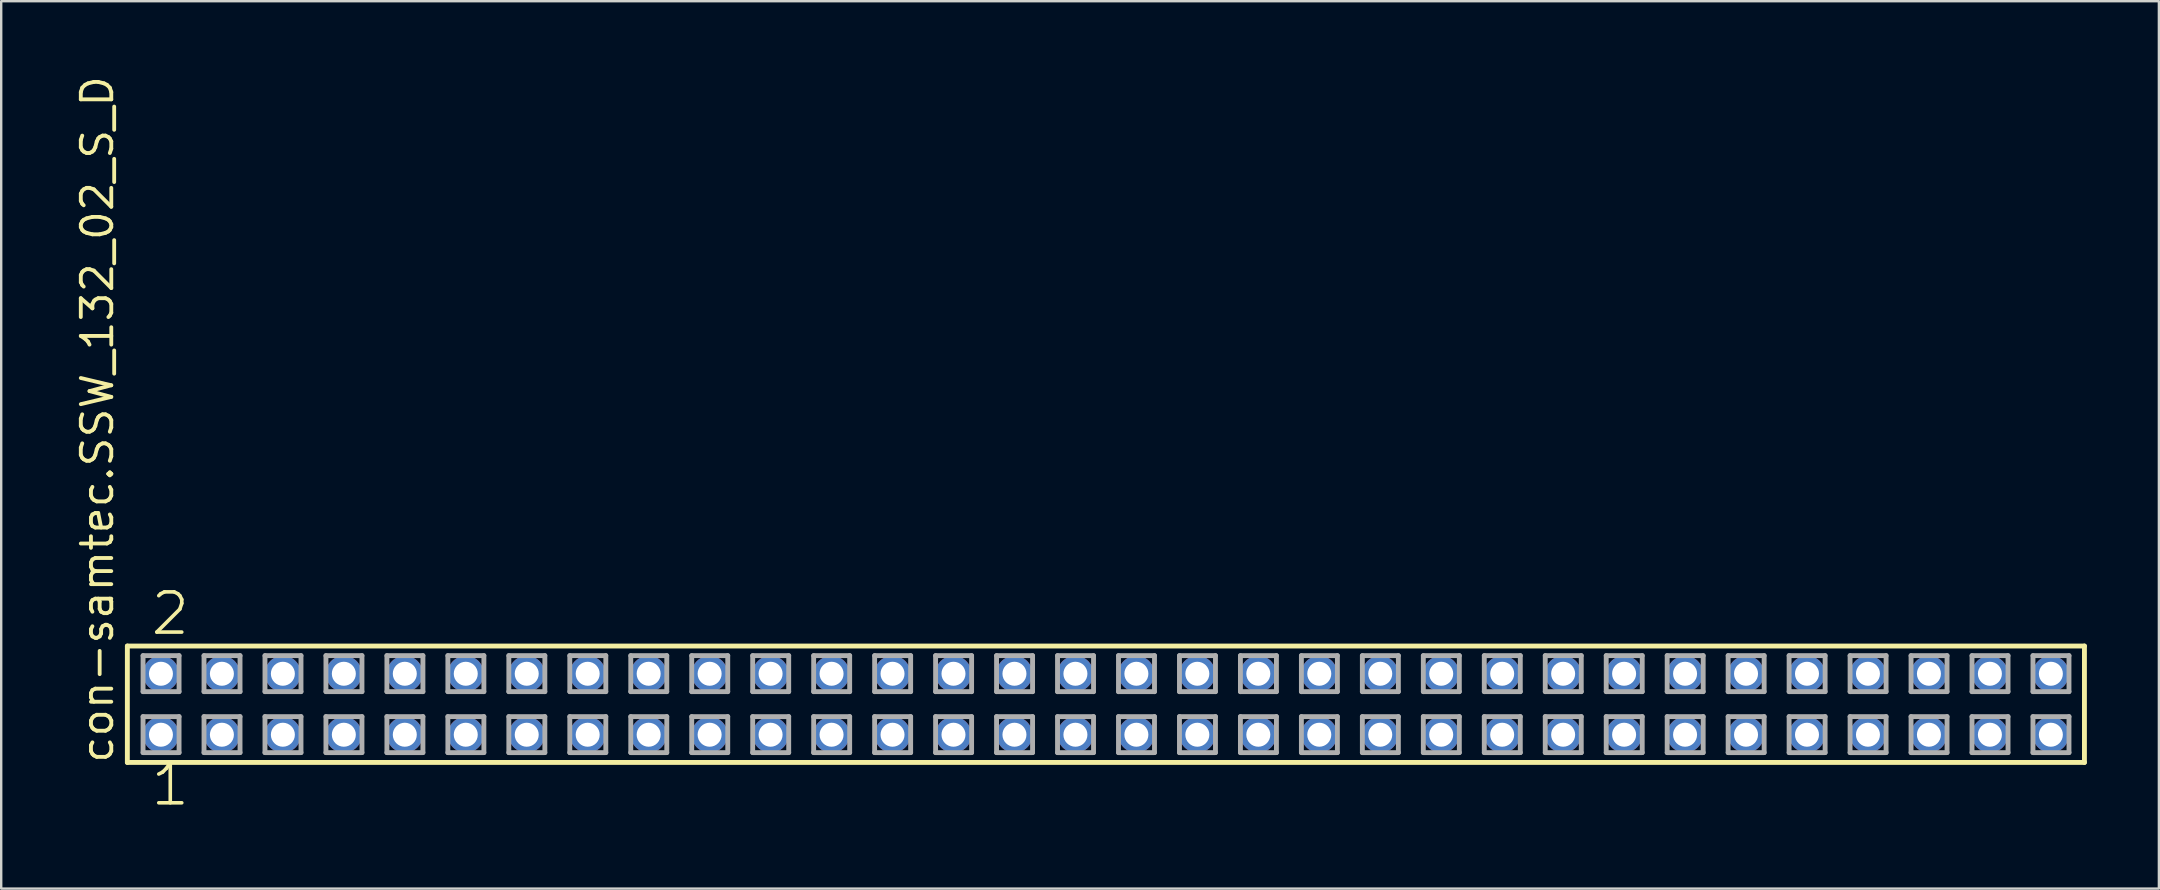
<source format=kicad_pcb>
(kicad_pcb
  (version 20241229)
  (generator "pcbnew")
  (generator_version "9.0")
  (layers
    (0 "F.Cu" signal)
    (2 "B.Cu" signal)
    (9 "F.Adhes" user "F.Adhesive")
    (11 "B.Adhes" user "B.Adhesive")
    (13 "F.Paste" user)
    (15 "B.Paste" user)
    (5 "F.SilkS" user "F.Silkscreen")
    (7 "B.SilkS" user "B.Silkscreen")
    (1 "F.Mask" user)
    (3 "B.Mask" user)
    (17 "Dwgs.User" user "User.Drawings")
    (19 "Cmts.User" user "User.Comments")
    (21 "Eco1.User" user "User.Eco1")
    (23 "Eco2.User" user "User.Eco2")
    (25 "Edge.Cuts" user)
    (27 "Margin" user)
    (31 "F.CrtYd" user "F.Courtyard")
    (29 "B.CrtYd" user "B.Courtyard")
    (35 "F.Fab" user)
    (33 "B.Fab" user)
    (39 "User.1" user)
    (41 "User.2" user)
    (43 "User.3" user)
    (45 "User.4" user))
  (footprint "con-samtec.SSW_132_02_S_D"
    (layer "F.Cu")
    (at 43.025 26.291)
    (property "Reference" "con-samtec.SSW_132_02_S_D" (at -41.275 2.54 90) (layer "F.SilkS") (effects (font (size 1.27 1.27) (thickness 0.16)) (justify left bottom)))
    (attr through_hole)
    (fp_line (start -40.769 -2.425) (end 40.769 -2.425) (stroke (width 0.203) (type default)) (layer "F.SilkS"))
    (fp_line (start -40.769 2.425) (end -40.769 -2.425) (stroke (width 0.203) (type default)) (layer "F.SilkS"))
    (fp_line (start 40.769 -2.425) (end 40.769 2.425) (stroke (width 0.203) (type default)) (layer "F.SilkS"))
    (fp_line (start 40.769 2.425) (end -40.769 2.425) (stroke (width 0.203) (type default)) (layer "F.SilkS"))
    (fp_line (start -40.115 -2.025) (end -38.615 -2.025) (stroke (width 0.203) (type default)) (layer "F.Fab"))
    (fp_line (start -40.115 -0.525) (end -40.115 -2.025) (stroke (width 0.203) (type default)) (layer "F.Fab"))
    (fp_line (start -40.115 0.515) (end -38.615 0.515) (stroke (width 0.203) (type default)) (layer "F.Fab"))
    (fp_line (start -40.115 2.015) (end -40.115 0.515) (stroke (width 0.203) (type default)) (layer "F.Fab"))
    (fp_line (start -38.615 -2.025) (end -38.615 -0.525) (stroke (width 0.203) (type default)) (layer "F.Fab"))
    (fp_line (start -38.615 -0.525) (end -40.115 -0.525) (stroke (width 0.203) (type default)) (layer "F.Fab"))
    (fp_line (start -38.615 0.515) (end -38.615 2.015) (stroke (width 0.203) (type default)) (layer "F.Fab"))
    (fp_line (start -38.615 2.015) (end -40.115 2.015) (stroke (width 0.203) (type default)) (layer "F.Fab"))
    (fp_line (start -37.575 -2.025) (end -36.075 -2.025) (stroke (width 0.203) (type default)) (layer "F.Fab"))
    (fp_line (start -37.575 -0.525) (end -37.575 -2.025) (stroke (width 0.203) (type default)) (layer "F.Fab"))
    (fp_line (start -37.575 0.515) (end -36.075 0.515) (stroke (width 0.203) (type default)) (layer "F.Fab"))
    (fp_line (start -37.575 2.015) (end -37.575 0.515) (stroke (width 0.203) (type default)) (layer "F.Fab"))
    (fp_line (start -36.075 -2.025) (end -36.075 -0.525) (stroke (width 0.203) (type default)) (layer "F.Fab"))
    (fp_line (start -36.075 -0.525) (end -37.575 -0.525) (stroke (width 0.203) (type default)) (layer "F.Fab"))
    (fp_line (start -36.075 0.515) (end -36.075 2.015) (stroke (width 0.203) (type default)) (layer "F.Fab"))
    (fp_line (start -36.075 2.015) (end -37.575 2.015) (stroke (width 0.203) (type default)) (layer "F.Fab"))
    (fp_line (start -35.035 -2.025) (end -33.535 -2.025) (stroke (width 0.203) (type default)) (layer "F.Fab"))
    (fp_line (start -35.035 -0.525) (end -35.035 -2.025) (stroke (width 0.203) (type default)) (layer "F.Fab"))
    (fp_line (start -35.035 0.515) (end -33.535 0.515) (stroke (width 0.203) (type default)) (layer "F.Fab"))
    (fp_line (start -35.035 2.015) (end -35.035 0.515) (stroke (width 0.203) (type default)) (layer "F.Fab"))
    (fp_line (start -33.535 -2.025) (end -33.535 -0.525) (stroke (width 0.203) (type default)) (layer "F.Fab"))
    (fp_line (start -33.535 -0.525) (end -35.035 -0.525) (stroke (width 0.203) (type default)) (layer "F.Fab"))
    (fp_line (start -33.535 0.515) (end -33.535 2.015) (stroke (width 0.203) (type default)) (layer "F.Fab"))
    (fp_line (start -33.535 2.015) (end -35.035 2.015) (stroke (width 0.203) (type default)) (layer "F.Fab"))
    (fp_line (start -32.495 -2.025) (end -30.995 -2.025) (stroke (width 0.203) (type default)) (layer "F.Fab"))
    (fp_line (start -32.495 -0.525) (end -32.495 -2.025) (stroke (width 0.203) (type default)) (layer "F.Fab"))
    (fp_line (start -32.495 0.515) (end -30.995 0.515) (stroke (width 0.203) (type default)) (layer "F.Fab"))
    (fp_line (start -32.495 2.015) (end -32.495 0.515) (stroke (width 0.203) (type default)) (layer "F.Fab"))
    (fp_line (start -30.995 -2.025) (end -30.995 -0.525) (stroke (width 0.203) (type default)) (layer "F.Fab"))
    (fp_line (start -30.995 -0.525) (end -32.495 -0.525) (stroke (width 0.203) (type default)) (layer "F.Fab"))
    (fp_line (start -30.995 0.515) (end -30.995 2.015) (stroke (width 0.203) (type default)) (layer "F.Fab"))
    (fp_line (start -30.995 2.015) (end -32.495 2.015) (stroke (width 0.203) (type default)) (layer "F.Fab"))
    (fp_line (start -29.955 -2.025) (end -28.455 -2.025) (stroke (width 0.203) (type default)) (layer "F.Fab"))
    (fp_line (start -29.955 -0.525) (end -29.955 -2.025) (stroke (width 0.203) (type default)) (layer "F.Fab"))
    (fp_line (start -29.955 0.515) (end -28.455 0.515) (stroke (width 0.203) (type default)) (layer "F.Fab"))
    (fp_line (start -29.955 2.015) (end -29.955 0.515) (stroke (width 0.203) (type default)) (layer "F.Fab"))
    (fp_line (start -28.455 -2.025) (end -28.455 -0.525) (stroke (width 0.203) (type default)) (layer "F.Fab"))
    (fp_line (start -28.455 -0.525) (end -29.955 -0.525) (stroke (width 0.203) (type default)) (layer "F.Fab"))
    (fp_line (start -28.455 0.515) (end -28.455 2.015) (stroke (width 0.203) (type default)) (layer "F.Fab"))
    (fp_line (start -28.455 2.015) (end -29.955 2.015) (stroke (width 0.203) (type default)) (layer "F.Fab"))
    (fp_line (start -27.415 -2.025) (end -25.915 -2.025) (stroke (width 0.203) (type default)) (layer "F.Fab"))
    (fp_line (start -27.415 -0.525) (end -27.415 -2.025) (stroke (width 0.203) (type default)) (layer "F.Fab"))
    (fp_line (start -27.415 0.515) (end -25.915 0.515) (stroke (width 0.203) (type default)) (layer "F.Fab"))
    (fp_line (start -27.415 2.015) (end -27.415 0.515) (stroke (width 0.203) (type default)) (layer "F.Fab"))
    (fp_line (start -25.915 -2.025) (end -25.915 -0.525) (stroke (width 0.203) (type default)) (layer "F.Fab"))
    (fp_line (start -25.915 -0.525) (end -27.415 -0.525) (stroke (width 0.203) (type default)) (layer "F.Fab"))
    (fp_line (start -25.915 0.515) (end -25.915 2.015) (stroke (width 0.203) (type default)) (layer "F.Fab"))
    (fp_line (start -25.915 2.015) (end -27.415 2.015) (stroke (width 0.203) (type default)) (layer "F.Fab"))
    (fp_line (start -24.875 -2.025) (end -23.375 -2.025) (stroke (width 0.203) (type default)) (layer "F.Fab"))
    (fp_line (start -24.875 -0.525) (end -24.875 -2.025) (stroke (width 0.203) (type default)) (layer "F.Fab"))
    (fp_line (start -24.875 0.515) (end -23.375 0.515) (stroke (width 0.203) (type default)) (layer "F.Fab"))
    (fp_line (start -24.875 2.015) (end -24.875 0.515) (stroke (width 0.203) (type default)) (layer "F.Fab"))
    (fp_line (start -23.375 -2.025) (end -23.375 -0.525) (stroke (width 0.203) (type default)) (layer "F.Fab"))
    (fp_line (start -23.375 -0.525) (end -24.875 -0.525) (stroke (width 0.203) (type default)) (layer "F.Fab"))
    (fp_line (start -23.375 0.515) (end -23.375 2.015) (stroke (width 0.203) (type default)) (layer "F.Fab"))
    (fp_line (start -23.375 2.015) (end -24.875 2.015) (stroke (width 0.203) (type default)) (layer "F.Fab"))
    (fp_line (start -22.335 -2.025) (end -20.835 -2.025) (stroke (width 0.203) (type default)) (layer "F.Fab"))
    (fp_line (start -22.335 -0.525) (end -22.335 -2.025) (stroke (width 0.203) (type default)) (layer "F.Fab"))
    (fp_line (start -22.335 0.515) (end -20.835 0.515) (stroke (width 0.203) (type default)) (layer "F.Fab"))
    (fp_line (start -22.335 2.015) (end -22.335 0.515) (stroke (width 0.203) (type default)) (layer "F.Fab"))
    (fp_line (start -20.835 -2.025) (end -20.835 -0.525) (stroke (width 0.203) (type default)) (layer "F.Fab"))
    (fp_line (start -20.835 -0.525) (end -22.335 -0.525) (stroke (width 0.203) (type default)) (layer "F.Fab"))
    (fp_line (start -20.835 0.515) (end -20.835 2.015) (stroke (width 0.203) (type default)) (layer "F.Fab"))
    (fp_line (start -20.835 2.015) (end -22.335 2.015) (stroke (width 0.203) (type default)) (layer "F.Fab"))
    (fp_line (start -19.795 -2.025) (end -18.295 -2.025) (stroke (width 0.203) (type default)) (layer "F.Fab"))
    (fp_line (start -19.795 -0.525) (end -19.795 -2.025) (stroke (width 0.203) (type default)) (layer "F.Fab"))
    (fp_line (start -19.795 0.515) (end -18.295 0.515) (stroke (width 0.203) (type default)) (layer "F.Fab"))
    (fp_line (start -19.795 2.015) (end -19.795 0.515) (stroke (width 0.203) (type default)) (layer "F.Fab"))
    (fp_line (start -18.295 -2.025) (end -18.295 -0.525) (stroke (width 0.203) (type default)) (layer "F.Fab"))
    (fp_line (start -18.295 -0.525) (end -19.795 -0.525) (stroke (width 0.203) (type default)) (layer "F.Fab"))
    (fp_line (start -18.295 0.515) (end -18.295 2.015) (stroke (width 0.203) (type default)) (layer "F.Fab"))
    (fp_line (start -18.295 2.015) (end -19.795 2.015) (stroke (width 0.203) (type default)) (layer "F.Fab"))
    (fp_line (start -17.255 -2.025) (end -15.755 -2.025) (stroke (width 0.203) (type default)) (layer "F.Fab"))
    (fp_line (start -17.255 -0.525) (end -17.255 -2.025) (stroke (width 0.203) (type default)) (layer "F.Fab"))
    (fp_line (start -17.255 0.515) (end -15.755 0.515) (stroke (width 0.203) (type default)) (layer "F.Fab"))
    (fp_line (start -17.255 2.015) (end -17.255 0.515) (stroke (width 0.203) (type default)) (layer "F.Fab"))
    (fp_line (start -15.755 -2.025) (end -15.755 -0.525) (stroke (width 0.203) (type default)) (layer "F.Fab"))
    (fp_line (start -15.755 -0.525) (end -17.255 -0.525) (stroke (width 0.203) (type default)) (layer "F.Fab"))
    (fp_line (start -15.755 0.515) (end -15.755 2.015) (stroke (width 0.203) (type default)) (layer "F.Fab"))
    (fp_line (start -15.755 2.015) (end -17.255 2.015) (stroke (width 0.203) (type default)) (layer "F.Fab"))
    (fp_line (start -14.715 -2.025) (end -13.215 -2.025) (stroke (width 0.203) (type default)) (layer "F.Fab"))
    (fp_line (start -14.715 -0.525) (end -14.715 -2.025) (stroke (width 0.203) (type default)) (layer "F.Fab"))
    (fp_line (start -14.715 0.515) (end -13.215 0.515) (stroke (width 0.203) (type default)) (layer "F.Fab"))
    (fp_line (start -14.715 2.015) (end -14.715 0.515) (stroke (width 0.203) (type default)) (layer "F.Fab"))
    (fp_line (start -13.215 -2.025) (end -13.215 -0.525) (stroke (width 0.203) (type default)) (layer "F.Fab"))
    (fp_line (start -13.215 -0.525) (end -14.715 -0.525) (stroke (width 0.203) (type default)) (layer "F.Fab"))
    (fp_line (start -13.215 0.515) (end -13.215 2.015) (stroke (width 0.203) (type default)) (layer "F.Fab"))
    (fp_line (start -13.215 2.015) (end -14.715 2.015) (stroke (width 0.203) (type default)) (layer "F.Fab"))
    (fp_line (start -12.175 -2.025) (end -10.675 -2.025) (stroke (width 0.203) (type default)) (layer "F.Fab"))
    (fp_line (start -12.175 -0.525) (end -12.175 -2.025) (stroke (width 0.203) (type default)) (layer "F.Fab"))
    (fp_line (start -12.175 0.515) (end -10.675 0.515) (stroke (width 0.203) (type default)) (layer "F.Fab"))
    (fp_line (start -12.175 2.015) (end -12.175 0.515) (stroke (width 0.203) (type default)) (layer "F.Fab"))
    (fp_line (start -10.675 -2.025) (end -10.675 -0.525) (stroke (width 0.203) (type default)) (layer "F.Fab"))
    (fp_line (start -10.675 -0.525) (end -12.175 -0.525) (stroke (width 0.203) (type default)) (layer "F.Fab"))
    (fp_line (start -10.675 0.515) (end -10.675 2.015) (stroke (width 0.203) (type default)) (layer "F.Fab"))
    (fp_line (start -10.675 2.015) (end -12.175 2.015) (stroke (width 0.203) (type default)) (layer "F.Fab"))
    (fp_line (start -9.635 -2.025) (end -8.135 -2.025) (stroke (width 0.203) (type default)) (layer "F.Fab"))
    (fp_line (start -9.635 -0.525) (end -9.635 -2.025) (stroke (width 0.203) (type default)) (layer "F.Fab"))
    (fp_line (start -9.635 0.515) (end -8.135 0.515) (stroke (width 0.203) (type default)) (layer "F.Fab"))
    (fp_line (start -9.635 2.015) (end -9.635 0.515) (stroke (width 0.203) (type default)) (layer "F.Fab"))
    (fp_line (start -8.135 -2.025) (end -8.135 -0.525) (stroke (width 0.203) (type default)) (layer "F.Fab"))
    (fp_line (start -8.135 -0.525) (end -9.635 -0.525) (stroke (width 0.203) (type default)) (layer "F.Fab"))
    (fp_line (start -8.135 0.515) (end -8.135 2.015) (stroke (width 0.203) (type default)) (layer "F.Fab"))
    (fp_line (start -8.135 2.015) (end -9.635 2.015) (stroke (width 0.203) (type default)) (layer "F.Fab"))
    (fp_line (start -7.095 -2.025) (end -5.595 -2.025) (stroke (width 0.203) (type default)) (layer "F.Fab"))
    (fp_line (start -7.095 -0.525) (end -7.095 -2.025) (stroke (width 0.203) (type default)) (layer "F.Fab"))
    (fp_line (start -7.095 0.515) (end -5.595 0.515) (stroke (width 0.203) (type default)) (layer "F.Fab"))
    (fp_line (start -7.095 2.015) (end -7.095 0.515) (stroke (width 0.203) (type default)) (layer "F.Fab"))
    (fp_line (start -5.595 -2.025) (end -5.595 -0.525) (stroke (width 0.203) (type default)) (layer "F.Fab"))
    (fp_line (start -5.595 -0.525) (end -7.095 -0.525) (stroke (width 0.203) (type default)) (layer "F.Fab"))
    (fp_line (start -5.595 0.515) (end -5.595 2.015) (stroke (width 0.203) (type default)) (layer "F.Fab"))
    (fp_line (start -5.595 2.015) (end -7.095 2.015) (stroke (width 0.203) (type default)) (layer "F.Fab"))
    (fp_line (start -4.555 -2.025) (end -3.055 -2.025) (stroke (width 0.203) (type default)) (layer "F.Fab"))
    (fp_line (start -4.555 -0.525) (end -4.555 -2.025) (stroke (width 0.203) (type default)) (layer "F.Fab"))
    (fp_line (start -4.555 0.515) (end -3.055 0.515) (stroke (width 0.203) (type default)) (layer "F.Fab"))
    (fp_line (start -4.555 2.015) (end -4.555 0.515) (stroke (width 0.203) (type default)) (layer "F.Fab"))
    (fp_line (start -3.055 -2.025) (end -3.055 -0.525) (stroke (width 0.203) (type default)) (layer "F.Fab"))
    (fp_line (start -3.055 -0.525) (end -4.555 -0.525) (stroke (width 0.203) (type default)) (layer "F.Fab"))
    (fp_line (start -3.055 0.515) (end -3.055 2.015) (stroke (width 0.203) (type default)) (layer "F.Fab"))
    (fp_line (start -3.055 2.015) (end -4.555 2.015) (stroke (width 0.203) (type default)) (layer "F.Fab"))
    (fp_line (start -2.015 -2.025) (end -0.515 -2.025) (stroke (width 0.203) (type default)) (layer "F.Fab"))
    (fp_line (start -2.015 -0.525) (end -2.015 -2.025) (stroke (width 0.203) (type default)) (layer "F.Fab"))
    (fp_line (start -2.015 0.515) (end -0.515 0.515) (stroke (width 0.203) (type default)) (layer "F.Fab"))
    (fp_line (start -2.015 2.015) (end -2.015 0.515) (stroke (width 0.203) (type default)) (layer "F.Fab"))
    (fp_line (start -0.515 -2.025) (end -0.515 -0.525) (stroke (width 0.203) (type default)) (layer "F.Fab"))
    (fp_line (start -0.515 -0.525) (end -2.015 -0.525) (stroke (width 0.203) (type default)) (layer "F.Fab"))
    (fp_line (start -0.515 0.515) (end -0.515 2.015) (stroke (width 0.203) (type default)) (layer "F.Fab"))
    (fp_line (start -0.515 2.015) (end -2.015 2.015) (stroke (width 0.203) (type default)) (layer "F.Fab"))
    (fp_line (start 0.525 -2.025) (end 2.025 -2.025) (stroke (width 0.203) (type default)) (layer "F.Fab"))
    (fp_line (start 0.525 -0.525) (end 0.525 -2.025) (stroke (width 0.203) (type default)) (layer "F.Fab"))
    (fp_line (start 0.525 0.515) (end 2.025 0.515) (stroke (width 0.203) (type default)) (layer "F.Fab"))
    (fp_line (start 0.525 2.015) (end 0.525 0.515) (stroke (width 0.203) (type default)) (layer "F.Fab"))
    (fp_line (start 2.025 -2.025) (end 2.025 -0.525) (stroke (width 0.203) (type default)) (layer "F.Fab"))
    (fp_line (start 2.025 -0.525) (end 0.525 -0.525) (stroke (width 0.203) (type default)) (layer "F.Fab"))
    (fp_line (start 2.025 0.515) (end 2.025 2.015) (stroke (width 0.203) (type default)) (layer "F.Fab"))
    (fp_line (start 2.025 2.015) (end 0.525 2.015) (stroke (width 0.203) (type default)) (layer "F.Fab"))
    (fp_line (start 3.065 -2.025) (end 4.565 -2.025) (stroke (width 0.203) (type default)) (layer "F.Fab"))
    (fp_line (start 3.065 -0.525) (end 3.065 -2.025) (stroke (width 0.203) (type default)) (layer "F.Fab"))
    (fp_line (start 3.065 0.515) (end 4.565 0.515) (stroke (width 0.203) (type default)) (layer "F.Fab"))
    (fp_line (start 3.065 2.015) (end 3.065 0.515) (stroke (width 0.203) (type default)) (layer "F.Fab"))
    (fp_line (start 4.565 -2.025) (end 4.565 -0.525) (stroke (width 0.203) (type default)) (layer "F.Fab"))
    (fp_line (start 4.565 -0.525) (end 3.065 -0.525) (stroke (width 0.203) (type default)) (layer "F.Fab"))
    (fp_line (start 4.565 0.515) (end 4.565 2.015) (stroke (width 0.203) (type default)) (layer "F.Fab"))
    (fp_line (start 4.565 2.015) (end 3.065 2.015) (stroke (width 0.203) (type default)) (layer "F.Fab"))
    (fp_line (start 5.605 -2.025) (end 7.105 -2.025) (stroke (width 0.203) (type default)) (layer "F.Fab"))
    (fp_line (start 5.605 -0.525) (end 5.605 -2.025) (stroke (width 0.203) (type default)) (layer "F.Fab"))
    (fp_line (start 5.605 0.515) (end 7.105 0.515) (stroke (width 0.203) (type default)) (layer "F.Fab"))
    (fp_line (start 5.605 2.015) (end 5.605 0.515) (stroke (width 0.203) (type default)) (layer "F.Fab"))
    (fp_line (start 7.105 -2.025) (end 7.105 -0.525) (stroke (width 0.203) (type default)) (layer "F.Fab"))
    (fp_line (start 7.105 -0.525) (end 5.605 -0.525) (stroke (width 0.203) (type default)) (layer "F.Fab"))
    (fp_line (start 7.105 0.515) (end 7.105 2.015) (stroke (width 0.203) (type default)) (layer "F.Fab"))
    (fp_line (start 7.105 2.015) (end 5.605 2.015) (stroke (width 0.203) (type default)) (layer "F.Fab"))
    (fp_line (start 8.145 -2.025) (end 9.645 -2.025) (stroke (width 0.203) (type default)) (layer "F.Fab"))
    (fp_line (start 8.145 -0.525) (end 8.145 -2.025) (stroke (width 0.203) (type default)) (layer "F.Fab"))
    (fp_line (start 8.145 0.515) (end 9.645 0.515) (stroke (width 0.203) (type default)) (layer "F.Fab"))
    (fp_line (start 8.145 2.015) (end 8.145 0.515) (stroke (width 0.203) (type default)) (layer "F.Fab"))
    (fp_line (start 9.645 -2.025) (end 9.645 -0.525) (stroke (width 0.203) (type default)) (layer "F.Fab"))
    (fp_line (start 9.645 -0.525) (end 8.145 -0.525) (stroke (width 0.203) (type default)) (layer "F.Fab"))
    (fp_line (start 9.645 0.515) (end 9.645 2.015) (stroke (width 0.203) (type default)) (layer "F.Fab"))
    (fp_line (start 9.645 2.015) (end 8.145 2.015) (stroke (width 0.203) (type default)) (layer "F.Fab"))
    (fp_line (start 10.685 -2.025) (end 12.185 -2.025) (stroke (width 0.203) (type default)) (layer "F.Fab"))
    (fp_line (start 10.685 -0.525) (end 10.685 -2.025) (stroke (width 0.203) (type default)) (layer "F.Fab"))
    (fp_line (start 10.685 0.515) (end 12.185 0.515) (stroke (width 0.203) (type default)) (layer "F.Fab"))
    (fp_line (start 10.685 2.015) (end 10.685 0.515) (stroke (width 0.203) (type default)) (layer "F.Fab"))
    (fp_line (start 12.185 -2.025) (end 12.185 -0.525) (stroke (width 0.203) (type default)) (layer "F.Fab"))
    (fp_line (start 12.185 -0.525) (end 10.685 -0.525) (stroke (width 0.203) (type default)) (layer "F.Fab"))
    (fp_line (start 12.185 0.515) (end 12.185 2.015) (stroke (width 0.203) (type default)) (layer "F.Fab"))
    (fp_line (start 12.185 2.015) (end 10.685 2.015) (stroke (width 0.203) (type default)) (layer "F.Fab"))
    (fp_line (start 13.225 -2.025) (end 14.725 -2.025) (stroke (width 0.203) (type default)) (layer "F.Fab"))
    (fp_line (start 13.225 -0.525) (end 13.225 -2.025) (stroke (width 0.203) (type default)) (layer "F.Fab"))
    (fp_line (start 13.225 0.515) (end 14.725 0.515) (stroke (width 0.203) (type default)) (layer "F.Fab"))
    (fp_line (start 13.225 2.015) (end 13.225 0.515) (stroke (width 0.203) (type default)) (layer "F.Fab"))
    (fp_line (start 14.725 -2.025) (end 14.725 -0.525) (stroke (width 0.203) (type default)) (layer "F.Fab"))
    (fp_line (start 14.725 -0.525) (end 13.225 -0.525) (stroke (width 0.203) (type default)) (layer "F.Fab"))
    (fp_line (start 14.725 0.515) (end 14.725 2.015) (stroke (width 0.203) (type default)) (layer "F.Fab"))
    (fp_line (start 14.725 2.015) (end 13.225 2.015) (stroke (width 0.203) (type default)) (layer "F.Fab"))
    (fp_line (start 15.765 -2.025) (end 17.265 -2.025) (stroke (width 0.203) (type default)) (layer "F.Fab"))
    (fp_line (start 15.765 -0.525) (end 15.765 -2.025) (stroke (width 0.203) (type default)) (layer "F.Fab"))
    (fp_line (start 15.765 0.515) (end 17.265 0.515) (stroke (width 0.203) (type default)) (layer "F.Fab"))
    (fp_line (start 15.765 2.015) (end 15.765 0.515) (stroke (width 0.203) (type default)) (layer "F.Fab"))
    (fp_line (start 17.265 -2.025) (end 17.265 -0.525) (stroke (width 0.203) (type default)) (layer "F.Fab"))
    (fp_line (start 17.265 -0.525) (end 15.765 -0.525) (stroke (width 0.203) (type default)) (layer "F.Fab"))
    (fp_line (start 17.265 0.515) (end 17.265 2.015) (stroke (width 0.203) (type default)) (layer "F.Fab"))
    (fp_line (start 17.265 2.015) (end 15.765 2.015) (stroke (width 0.203) (type default)) (layer "F.Fab"))
    (fp_line (start 18.305 -2.025) (end 19.805 -2.025) (stroke (width 0.203) (type default)) (layer "F.Fab"))
    (fp_line (start 18.305 -0.525) (end 18.305 -2.025) (stroke (width 0.203) (type default)) (layer "F.Fab"))
    (fp_line (start 18.305 0.515) (end 19.805 0.515) (stroke (width 0.203) (type default)) (layer "F.Fab"))
    (fp_line (start 18.305 2.015) (end 18.305 0.515) (stroke (width 0.203) (type default)) (layer "F.Fab"))
    (fp_line (start 19.805 -2.025) (end 19.805 -0.525) (stroke (width 0.203) (type default)) (layer "F.Fab"))
    (fp_line (start 19.805 -0.525) (end 18.305 -0.525) (stroke (width 0.203) (type default)) (layer "F.Fab"))
    (fp_line (start 19.805 0.515) (end 19.805 2.015) (stroke (width 0.203) (type default)) (layer "F.Fab"))
    (fp_line (start 19.805 2.015) (end 18.305 2.015) (stroke (width 0.203) (type default)) (layer "F.Fab"))
    (fp_line (start 20.845 -2.025) (end 22.345 -2.025) (stroke (width 0.203) (type default)) (layer "F.Fab"))
    (fp_line (start 20.845 -0.525) (end 20.845 -2.025) (stroke (width 0.203) (type default)) (layer "F.Fab"))
    (fp_line (start 20.845 0.515) (end 22.345 0.515) (stroke (width 0.203) (type default)) (layer "F.Fab"))
    (fp_line (start 20.845 2.015) (end 20.845 0.515) (stroke (width 0.203) (type default)) (layer "F.Fab"))
    (fp_line (start 22.345 -2.025) (end 22.345 -0.525) (stroke (width 0.203) (type default)) (layer "F.Fab"))
    (fp_line (start 22.345 -0.525) (end 20.845 -0.525) (stroke (width 0.203) (type default)) (layer "F.Fab"))
    (fp_line (start 22.345 0.515) (end 22.345 2.015) (stroke (width 0.203) (type default)) (layer "F.Fab"))
    (fp_line (start 22.345 2.015) (end 20.845 2.015) (stroke (width 0.203) (type default)) (layer "F.Fab"))
    (fp_line (start 23.385 -2.025) (end 24.885 -2.025) (stroke (width 0.203) (type default)) (layer "F.Fab"))
    (fp_line (start 23.385 -0.525) (end 23.385 -2.025) (stroke (width 0.203) (type default)) (layer "F.Fab"))
    (fp_line (start 23.385 0.515) (end 24.885 0.515) (stroke (width 0.203) (type default)) (layer "F.Fab"))
    (fp_line (start 23.385 2.015) (end 23.385 0.515) (stroke (width 0.203) (type default)) (layer "F.Fab"))
    (fp_line (start 24.885 -2.025) (end 24.885 -0.525) (stroke (width 0.203) (type default)) (layer "F.Fab"))
    (fp_line (start 24.885 -0.525) (end 23.385 -0.525) (stroke (width 0.203) (type default)) (layer "F.Fab"))
    (fp_line (start 24.885 0.515) (end 24.885 2.015) (stroke (width 0.203) (type default)) (layer "F.Fab"))
    (fp_line (start 24.885 2.015) (end 23.385 2.015) (stroke (width 0.203) (type default)) (layer "F.Fab"))
    (fp_line (start 25.925 -2.025) (end 27.425 -2.025) (stroke (width 0.203) (type default)) (layer "F.Fab"))
    (fp_line (start 25.925 -0.525) (end 25.925 -2.025) (stroke (width 0.203) (type default)) (layer "F.Fab"))
    (fp_line (start 25.925 0.515) (end 27.425 0.515) (stroke (width 0.203) (type default)) (layer "F.Fab"))
    (fp_line (start 25.925 2.015) (end 25.925 0.515) (stroke (width 0.203) (type default)) (layer "F.Fab"))
    (fp_line (start 27.425 -2.025) (end 27.425 -0.525) (stroke (width 0.203) (type default)) (layer "F.Fab"))
    (fp_line (start 27.425 -0.525) (end 25.925 -0.525) (stroke (width 0.203) (type default)) (layer "F.Fab"))
    (fp_line (start 27.425 0.515) (end 27.425 2.015) (stroke (width 0.203) (type default)) (layer "F.Fab"))
    (fp_line (start 27.425 2.015) (end 25.925 2.015) (stroke (width 0.203) (type default)) (layer "F.Fab"))
    (fp_line (start 28.465 -2.025) (end 29.965 -2.025) (stroke (width 0.203) (type default)) (layer "F.Fab"))
    (fp_line (start 28.465 -0.525) (end 28.465 -2.025) (stroke (width 0.203) (type default)) (layer "F.Fab"))
    (fp_line (start 28.465 0.515) (end 29.965 0.515) (stroke (width 0.203) (type default)) (layer "F.Fab"))
    (fp_line (start 28.465 2.015) (end 28.465 0.515) (stroke (width 0.203) (type default)) (layer "F.Fab"))
    (fp_line (start 29.965 -2.025) (end 29.965 -0.525) (stroke (width 0.203) (type default)) (layer "F.Fab"))
    (fp_line (start 29.965 -0.525) (end 28.465 -0.525) (stroke (width 0.203) (type default)) (layer "F.Fab"))
    (fp_line (start 29.965 0.515) (end 29.965 2.015) (stroke (width 0.203) (type default)) (layer "F.Fab"))
    (fp_line (start 29.965 2.015) (end 28.465 2.015) (stroke (width 0.203) (type default)) (layer "F.Fab"))
    (fp_line (start 31.005 -2.025) (end 32.505 -2.025) (stroke (width 0.203) (type default)) (layer "F.Fab"))
    (fp_line (start 31.005 -0.525) (end 31.005 -2.025) (stroke (width 0.203) (type default)) (layer "F.Fab"))
    (fp_line (start 31.005 0.515) (end 32.505 0.515) (stroke (width 0.203) (type default)) (layer "F.Fab"))
    (fp_line (start 31.005 2.015) (end 31.005 0.515) (stroke (width 0.203) (type default)) (layer "F.Fab"))
    (fp_line (start 32.505 -2.025) (end 32.505 -0.525) (stroke (width 0.203) (type default)) (layer "F.Fab"))
    (fp_line (start 32.505 -0.525) (end 31.005 -0.525) (stroke (width 0.203) (type default)) (layer "F.Fab"))
    (fp_line (start 32.505 0.515) (end 32.505 2.015) (stroke (width 0.203) (type default)) (layer "F.Fab"))
    (fp_line (start 32.505 2.015) (end 31.005 2.015) (stroke (width 0.203) (type default)) (layer "F.Fab"))
    (fp_line (start 33.545 -2.025) (end 35.045 -2.025) (stroke (width 0.203) (type default)) (layer "F.Fab"))
    (fp_line (start 33.545 -0.525) (end 33.545 -2.025) (stroke (width 0.203) (type default)) (layer "F.Fab"))
    (fp_line (start 33.545 0.515) (end 35.045 0.515) (stroke (width 0.203) (type default)) (layer "F.Fab"))
    (fp_line (start 33.545 2.015) (end 33.545 0.515) (stroke (width 0.203) (type default)) (layer "F.Fab"))
    (fp_line (start 35.045 -2.025) (end 35.045 -0.525) (stroke (width 0.203) (type default)) (layer "F.Fab"))
    (fp_line (start 35.045 -0.525) (end 33.545 -0.525) (stroke (width 0.203) (type default)) (layer "F.Fab"))
    (fp_line (start 35.045 0.515) (end 35.045 2.015) (stroke (width 0.203) (type default)) (layer "F.Fab"))
    (fp_line (start 35.045 2.015) (end 33.545 2.015) (stroke (width 0.203) (type default)) (layer "F.Fab"))
    (fp_line (start 36.085 -2.025) (end 37.585 -2.025) (stroke (width 0.203) (type default)) (layer "F.Fab"))
    (fp_line (start 36.085 -0.525) (end 36.085 -2.025) (stroke (width 0.203) (type default)) (layer "F.Fab"))
    (fp_line (start 36.085 0.515) (end 37.585 0.515) (stroke (width 0.203) (type default)) (layer "F.Fab"))
    (fp_line (start 36.085 2.015) (end 36.085 0.515) (stroke (width 0.203) (type default)) (layer "F.Fab"))
    (fp_line (start 37.585 -2.025) (end 37.585 -0.525) (stroke (width 0.203) (type default)) (layer "F.Fab"))
    (fp_line (start 37.585 -0.525) (end 36.085 -0.525) (stroke (width 0.203) (type default)) (layer "F.Fab"))
    (fp_line (start 37.585 0.515) (end 37.585 2.015) (stroke (width 0.203) (type default)) (layer "F.Fab"))
    (fp_line (start 37.585 2.015) (end 36.085 2.015) (stroke (width 0.203) (type default)) (layer "F.Fab"))
    (fp_line (start 38.625 -2.025) (end 40.125 -2.025) (stroke (width 0.203) (type default)) (layer "F.Fab"))
    (fp_line (start 38.625 -0.525) (end 38.625 -2.025) (stroke (width 0.203) (type default)) (layer "F.Fab"))
    (fp_line (start 38.625 0.515) (end 40.125 0.515) (stroke (width 0.203) (type default)) (layer "F.Fab"))
    (fp_line (start 38.625 2.015) (end 38.625 0.515) (stroke (width 0.203) (type default)) (layer "F.Fab"))
    (fp_line (start 40.125 -2.025) (end 40.125 -0.525) (stroke (width 0.203) (type default)) (layer "F.Fab"))
    (fp_line (start 40.125 -0.525) (end 38.625 -0.525) (stroke (width 0.203) (type default)) (layer "F.Fab"))
    (fp_line (start 40.125 0.515) (end 40.125 2.015) (stroke (width 0.203) (type default)) (layer "F.Fab"))
    (fp_line (start 40.125 2.015) (end 38.625 2.015) (stroke (width 0.203) (type default)) (layer "F.Fab"))
    (fp_text user "2" (at -39.878 -2.794 0) (layer "F.SilkS") (effects (font (size 1.676 1.676) (thickness 0.15)) (justify left bottom)))
    (fp_text user "1" (at -39.878 4.318 0) (layer "F.SilkS") (effects (font (size 1.676 1.676) (thickness 0.15)) (justify left bottom)))
    (pad "1" thru_hole circle (at -39.37 1.27) (size 1.5 1.5) (drill 1) (layers "*.Cu" "*.Mask"))
    (pad "2" thru_hole circle (at -39.37 -1.27) (size 1.5 1.5) (drill 1) (layers "*.Cu" "*.Mask"))
    (pad "3" thru_hole circle (at -36.83 1.27) (size 1.5 1.5) (drill 1) (layers "*.Cu" "*.Mask"))
    (pad "4" thru_hole circle (at -36.83 -1.27) (size 1.5 1.5) (drill 1) (layers "*.Cu" "*.Mask"))
    (pad "5" thru_hole circle (at -34.29 1.27) (size 1.5 1.5) (drill 1) (layers "*.Cu" "*.Mask"))
    (pad "6" thru_hole circle (at -34.29 -1.27) (size 1.5 1.5) (drill 1) (layers "*.Cu" "*.Mask"))
    (pad "7" thru_hole circle (at -31.75 1.27) (size 1.5 1.5) (drill 1) (layers "*.Cu" "*.Mask"))
    (pad "8" thru_hole circle (at -31.75 -1.27) (size 1.5 1.5) (drill 1) (layers "*.Cu" "*.Mask"))
    (pad "9" thru_hole circle (at -29.21 1.27) (size 1.5 1.5) (drill 1) (layers "*.Cu" "*.Mask"))
    (pad "10" thru_hole circle (at -29.21 -1.27) (size 1.5 1.5) (drill 1) (layers "*.Cu" "*.Mask"))
    (pad "11" thru_hole circle (at -26.67 1.27) (size 1.5 1.5) (drill 1) (layers "*.Cu" "*.Mask"))
    (pad "12" thru_hole circle (at -26.67 -1.27) (size 1.5 1.5) (drill 1) (layers "*.Cu" "*.Mask"))
    (pad "13" thru_hole circle (at -24.13 1.27) (size 1.5 1.5) (drill 1) (layers "*.Cu" "*.Mask"))
    (pad "14" thru_hole circle (at -24.13 -1.27) (size 1.5 1.5) (drill 1) (layers "*.Cu" "*.Mask"))
    (pad "15" thru_hole circle (at -21.59 1.27) (size 1.5 1.5) (drill 1) (layers "*.Cu" "*.Mask"))
    (pad "16" thru_hole circle (at -21.59 -1.27) (size 1.5 1.5) (drill 1) (layers "*.Cu" "*.Mask"))
    (pad "17" thru_hole circle (at -19.05 1.27) (size 1.5 1.5) (drill 1) (layers "*.Cu" "*.Mask"))
    (pad "18" thru_hole circle (at -19.05 -1.27) (size 1.5 1.5) (drill 1) (layers "*.Cu" "*.Mask"))
    (pad "19" thru_hole circle (at -16.51 1.27) (size 1.5 1.5) (drill 1) (layers "*.Cu" "*.Mask"))
    (pad "20" thru_hole circle (at -16.51 -1.27) (size 1.5 1.5) (drill 1) (layers "*.Cu" "*.Mask"))
    (pad "21" thru_hole circle (at -13.97 1.27) (size 1.5 1.5) (drill 1) (layers "*.Cu" "*.Mask"))
    (pad "22" thru_hole circle (at -13.97 -1.27) (size 1.5 1.5) (drill 1) (layers "*.Cu" "*.Mask"))
    (pad "23" thru_hole circle (at -11.43 1.27) (size 1.5 1.5) (drill 1) (layers "*.Cu" "*.Mask"))
    (pad "24" thru_hole circle (at -11.43 -1.27) (size 1.5 1.5) (drill 1) (layers "*.Cu" "*.Mask"))
    (pad "25" thru_hole circle (at -8.89 1.27) (size 1.5 1.5) (drill 1) (layers "*.Cu" "*.Mask"))
    (pad "26" thru_hole circle (at -8.89 -1.27) (size 1.5 1.5) (drill 1) (layers "*.Cu" "*.Mask"))
    (pad "27" thru_hole circle (at -6.35 1.27) (size 1.5 1.5) (drill 1) (layers "*.Cu" "*.Mask"))
    (pad "28" thru_hole circle (at -6.35 -1.27) (size 1.5 1.5) (drill 1) (layers "*.Cu" "*.Mask"))
    (pad "29" thru_hole circle (at -3.81 1.27) (size 1.5 1.5) (drill 1) (layers "*.Cu" "*.Mask"))
    (pad "30" thru_hole circle (at -3.81 -1.27) (size 1.5 1.5) (drill 1) (layers "*.Cu" "*.Mask"))
    (pad "31" thru_hole circle (at -1.27 1.27) (size 1.5 1.5) (drill 1) (layers "*.Cu" "*.Mask"))
    (pad "32" thru_hole circle (at -1.27 -1.27) (size 1.5 1.5) (drill 1) (layers "*.Cu" "*.Mask"))
    (pad "33" thru_hole circle (at 1.27 1.27) (size 1.5 1.5) (drill 1) (layers "*.Cu" "*.Mask"))
    (pad "34" thru_hole circle (at 1.27 -1.27) (size 1.5 1.5) (drill 1) (layers "*.Cu" "*.Mask"))
    (pad "35" thru_hole circle (at 3.81 1.27) (size 1.5 1.5) (drill 1) (layers "*.Cu" "*.Mask"))
    (pad "36" thru_hole circle (at 3.81 -1.27) (size 1.5 1.5) (drill 1) (layers "*.Cu" "*.Mask"))
    (pad "37" thru_hole circle (at 6.35 1.27) (size 1.5 1.5) (drill 1) (layers "*.Cu" "*.Mask"))
    (pad "38" thru_hole circle (at 6.35 -1.27) (size 1.5 1.5) (drill 1) (layers "*.Cu" "*.Mask"))
    (pad "39" thru_hole circle (at 8.89 1.27) (size 1.5 1.5) (drill 1) (layers "*.Cu" "*.Mask"))
    (pad "40" thru_hole circle (at 8.89 -1.27) (size 1.5 1.5) (drill 1) (layers "*.Cu" "*.Mask"))
    (pad "41" thru_hole circle (at 11.43 1.27) (size 1.5 1.5) (drill 1) (layers "*.Cu" "*.Mask"))
    (pad "42" thru_hole circle (at 11.43 -1.27) (size 1.5 1.5) (drill 1) (layers "*.Cu" "*.Mask"))
    (pad "43" thru_hole circle (at 13.97 1.27) (size 1.5 1.5) (drill 1) (layers "*.Cu" "*.Mask"))
    (pad "44" thru_hole circle (at 13.97 -1.27) (size 1.5 1.5) (drill 1) (layers "*.Cu" "*.Mask"))
    (pad "45" thru_hole circle (at 16.51 1.27) (size 1.5 1.5) (drill 1) (layers "*.Cu" "*.Mask"))
    (pad "46" thru_hole circle (at 16.51 -1.27) (size 1.5 1.5) (drill 1) (layers "*.Cu" "*.Mask"))
    (pad "47" thru_hole circle (at 19.05 1.27) (size 1.5 1.5) (drill 1) (layers "*.Cu" "*.Mask"))
    (pad "48" thru_hole circle (at 19.05 -1.27) (size 1.5 1.5) (drill 1) (layers "*.Cu" "*.Mask"))
    (pad "49" thru_hole circle (at 21.59 1.27) (size 1.5 1.5) (drill 1) (layers "*.Cu" "*.Mask"))
    (pad "50" thru_hole circle (at 21.59 -1.27) (size 1.5 1.5) (drill 1) (layers "*.Cu" "*.Mask"))
    (pad "51" thru_hole circle (at 24.13 1.27) (size 1.5 1.5) (drill 1) (layers "*.Cu" "*.Mask"))
    (pad "52" thru_hole circle (at 24.13 -1.27) (size 1.5 1.5) (drill 1) (layers "*.Cu" "*.Mask"))
    (pad "53" thru_hole circle (at 26.67 1.27) (size 1.5 1.5) (drill 1) (layers "*.Cu" "*.Mask"))
    (pad "54" thru_hole circle (at 26.67 -1.27) (size 1.5 1.5) (drill 1) (layers "*.Cu" "*.Mask"))
    (pad "55" thru_hole circle (at 29.21 1.27) (size 1.5 1.5) (drill 1) (layers "*.Cu" "*.Mask"))
    (pad "56" thru_hole circle (at 29.21 -1.27) (size 1.5 1.5) (drill 1) (layers "*.Cu" "*.Mask"))
    (pad "57" thru_hole circle (at 31.75 1.27) (size 1.5 1.5) (drill 1) (layers "*.Cu" "*.Mask"))
    (pad "58" thru_hole circle (at 31.75 -1.27) (size 1.5 1.5) (drill 1) (layers "*.Cu" "*.Mask"))
    (pad "59" thru_hole circle (at 34.29 1.27) (size 1.5 1.5) (drill 1) (layers "*.Cu" "*.Mask"))
    (pad "60" thru_hole circle (at 34.29 -1.27) (size 1.5 1.5) (drill 1) (layers "*.Cu" "*.Mask"))
    (pad "61" thru_hole circle (at 36.83 1.27) (size 1.5 1.5) (drill 1) (layers "*.Cu" "*.Mask"))
    (pad "62" thru_hole circle (at 36.83 -1.27) (size 1.5 1.5) (drill 1) (layers "*.Cu" "*.Mask"))
    (pad "63" thru_hole circle (at 39.37 1.27) (size 1.5 1.5) (drill 1) (layers "*.Cu" "*.Mask"))
    (pad "64" thru_hole circle (at 39.37 -1.27) (size 1.5 1.5) (drill 1) (layers "*.Cu" "*.Mask")))
  (gr_rect
    (start -3 -3)
    (end 86.896 33.971)
    (stroke (width 0.1) (type default))
    (fill no)
    (layer "Edge.Cuts")))
</source>
